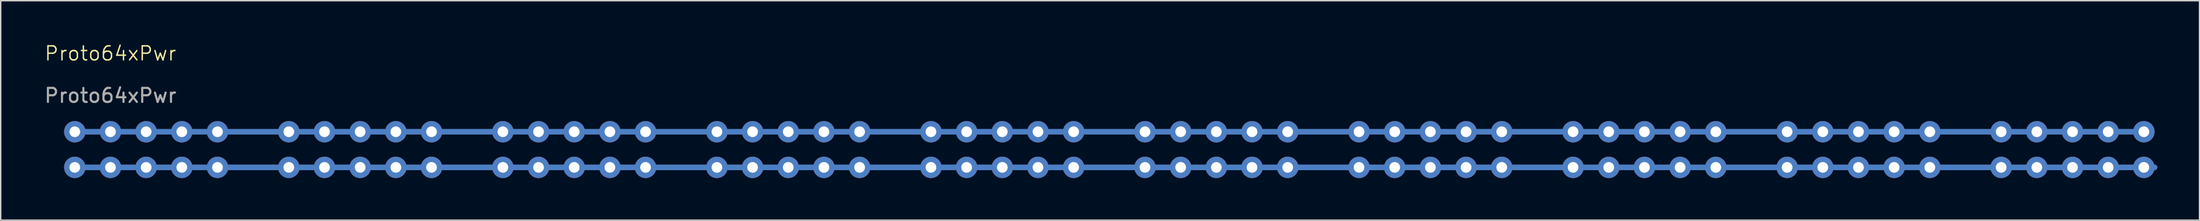
<source format=kicad_pcb>
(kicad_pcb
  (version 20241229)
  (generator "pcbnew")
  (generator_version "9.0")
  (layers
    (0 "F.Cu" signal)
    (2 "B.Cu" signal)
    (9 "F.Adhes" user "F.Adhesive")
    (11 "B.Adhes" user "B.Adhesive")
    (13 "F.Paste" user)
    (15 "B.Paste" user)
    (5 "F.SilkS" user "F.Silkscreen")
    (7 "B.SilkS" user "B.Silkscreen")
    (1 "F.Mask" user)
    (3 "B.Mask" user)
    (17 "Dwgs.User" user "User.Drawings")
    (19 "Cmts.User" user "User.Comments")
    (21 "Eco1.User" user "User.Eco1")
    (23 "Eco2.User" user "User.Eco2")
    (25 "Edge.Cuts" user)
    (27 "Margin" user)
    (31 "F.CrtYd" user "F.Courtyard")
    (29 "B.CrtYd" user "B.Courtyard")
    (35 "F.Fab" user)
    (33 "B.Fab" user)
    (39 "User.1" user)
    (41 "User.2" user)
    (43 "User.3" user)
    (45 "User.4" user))
  (footprint "Proto64xPwr"
    (layer "F.Cu")
    (at 4.815 1.26)
    (property "Reference" "Proto64xPwr" (at 0 -0.5 0) (unlocked yes) (layer "F.SilkS") (effects (font (size 1 1) (thickness 0.1))))
    (attr through_hole)
    (fp_line (start -2.54 5.08) (end 144.78 5.08) (stroke (width 0.4) (type default)) (layer "B.Cu"))
    (fp_line (start -2.54 7.62) (end 145.542 7.62) (stroke (width 0.4) (type default)) (layer "B.Cu"))
    (fp_text user "${REFERENCE}" (at 0 2.5 0) (unlocked yes) (layer "F.Fab") (effects (font (size 1 1) (thickness 0.15))))
    (pad "1A" thru_hole circle (at -2.54 5.08) (size 1.524 1.524) (drill 0.762) (layers "*.Cu" "*.Mask"))
    (pad "1B" thru_hole circle (at -2.54 7.62) (size 1.524 1.524) (drill 0.762) (layers "*.Cu" "*.Mask"))
    (pad "2A" thru_hole circle (at 0 5.08) (size 1.524 1.524) (drill 0.762) (layers "*.Cu" "*.Mask"))
    (pad "2B" thru_hole circle (at 0 7.62) (size 1.524 1.524) (drill 0.762) (layers "*.Cu" "*.Mask"))
    (pad "3A" thru_hole circle (at 2.54 5.08) (size 1.524 1.524) (drill 0.762) (layers "*.Cu" "*.Mask"))
    (pad "3B" thru_hole circle (at 2.54 7.62) (size 1.524 1.524) (drill 0.762) (layers "*.Cu" "*.Mask"))
    (pad "4A" thru_hole circle (at 5.08 5.08) (size 1.524 1.524) (drill 0.762) (layers "*.Cu" "*.Mask"))
    (pad "4B" thru_hole circle (at 5.08 7.62) (size 1.524 1.524) (drill 0.762) (layers "*.Cu" "*.Mask"))
    (pad "5A" thru_hole circle (at 7.62 5.08) (size 1.524 1.524) (drill 0.762) (layers "*.Cu" "*.Mask"))
    (pad "5B" thru_hole circle (at 7.62 7.62) (size 1.524 1.524) (drill 0.762) (layers "*.Cu" "*.Mask"))
    (pad "6A" thru_hole circle (at 12.7 5.08) (size 1.524 1.524) (drill 0.762) (layers "*.Cu" "*.Mask"))
    (pad "6B" thru_hole circle (at 12.7 7.62) (size 1.524 1.524) (drill 0.762) (layers "*.Cu" "*.Mask"))
    (pad "7A" thru_hole circle (at 15.24 5.08) (size 1.524 1.524) (drill 0.762) (layers "*.Cu" "*.Mask"))
    (pad "7B" thru_hole circle (at 15.24 7.62) (size 1.524 1.524) (drill 0.762) (layers "*.Cu" "*.Mask"))
    (pad "8A" thru_hole circle (at 17.78 5.08) (size 1.524 1.524) (drill 0.762) (layers "*.Cu" "*.Mask"))
    (pad "8B" thru_hole circle (at 17.78 7.62) (size 1.524 1.524) (drill 0.762) (layers "*.Cu" "*.Mask"))
    (pad "9A" thru_hole circle (at 20.32 5.08) (size 1.524 1.524) (drill 0.762) (layers "*.Cu" "*.Mask"))
    (pad "9B" thru_hole circle (at 20.32 7.62) (size 1.524 1.524) (drill 0.762) (layers "*.Cu" "*.Mask"))
    (pad "10A" thru_hole circle (at 22.86 5.08) (size 1.524 1.524) (drill 0.762) (layers "*.Cu" "*.Mask"))
    (pad "10B" thru_hole circle (at 22.86 7.62) (size 1.524 1.524) (drill 0.762) (layers "*.Cu" "*.Mask"))
    (pad "11A" thru_hole circle (at 27.94 5.08) (size 1.524 1.524) (drill 0.762) (layers "*.Cu" "*.Mask"))
    (pad "11B" thru_hole circle (at 27.94 7.62) (size 1.524 1.524) (drill 0.762) (layers "*.Cu" "*.Mask"))
    (pad "12A" thru_hole circle (at 30.48 5.08) (size 1.524 1.524) (drill 0.762) (layers "*.Cu" "*.Mask"))
    (pad "12B" thru_hole circle (at 30.48 7.62) (size 1.524 1.524) (drill 0.762) (layers "*.Cu" "*.Mask"))
    (pad "13A" thru_hole circle (at 33.02 5.08) (size 1.524 1.524) (drill 0.762) (layers "*.Cu" "*.Mask"))
    (pad "13B" thru_hole circle (at 33.02 7.62) (size 1.524 1.524) (drill 0.762) (layers "*.Cu" "*.Mask"))
    (pad "14A" thru_hole circle (at 35.56 5.08) (size 1.524 1.524) (drill 0.762) (layers "*.Cu" "*.Mask"))
    (pad "14B" thru_hole circle (at 35.56 7.62) (size 1.524 1.524) (drill 0.762) (layers "*.Cu" "*.Mask"))
    (pad "15A" thru_hole circle (at 38.1 5.08) (size 1.524 1.524) (drill 0.762) (layers "*.Cu" "*.Mask"))
    (pad "15B" thru_hole circle (at 38.1 7.62) (size 1.524 1.524) (drill 0.762) (layers "*.Cu" "*.Mask"))
    (pad "16A" thru_hole circle (at 43.18 5.08) (size 1.524 1.524) (drill 0.762) (layers "*.Cu" "*.Mask"))
    (pad "16B" thru_hole circle (at 43.18 7.62) (size 1.524 1.524) (drill 0.762) (layers "*.Cu" "*.Mask"))
    (pad "17A" thru_hole circle (at 45.72 5.08) (size 1.524 1.524) (drill 0.762) (layers "*.Cu" "*.Mask"))
    (pad "17B" thru_hole circle (at 45.72 7.62) (size 1.524 1.524) (drill 0.762) (layers "*.Cu" "*.Mask"))
    (pad "18A" thru_hole circle (at 48.26 5.08) (size 1.524 1.524) (drill 0.762) (layers "*.Cu" "*.Mask"))
    (pad "18B" thru_hole circle (at 48.26 7.62) (size 1.524 1.524) (drill 0.762) (layers "*.Cu" "*.Mask"))
    (pad "19A" thru_hole circle (at 50.8 5.08) (size 1.524 1.524) (drill 0.762) (layers "*.Cu" "*.Mask"))
    (pad "19B" thru_hole circle (at 50.8 7.62) (size 1.524 1.524) (drill 0.762) (layers "*.Cu" "*.Mask"))
    (pad "20A" thru_hole circle (at 53.34 5.08) (size 1.524 1.524) (drill 0.762) (layers "*.Cu" "*.Mask"))
    (pad "20B" thru_hole circle (at 53.34 7.62) (size 1.524 1.524) (drill 0.762) (layers "*.Cu" "*.Mask"))
    (pad "21A" thru_hole circle (at 58.42 5.08) (size 1.524 1.524) (drill 0.762) (layers "*.Cu" "*.Mask"))
    (pad "21B" thru_hole circle (at 58.42 7.62) (size 1.524 1.524) (drill 0.762) (layers "*.Cu" "*.Mask"))
    (pad "22A" thru_hole circle (at 60.96 5.08) (size 1.524 1.524) (drill 0.762) (layers "*.Cu" "*.Mask"))
    (pad "22B" thru_hole circle (at 60.96 7.62) (size 1.524 1.524) (drill 0.762) (layers "*.Cu" "*.Mask"))
    (pad "23A" thru_hole circle (at 63.5 5.08) (size 1.524 1.524) (drill 0.762) (layers "*.Cu" "*.Mask"))
    (pad "23B" thru_hole circle (at 63.5 7.62) (size 1.524 1.524) (drill 0.762) (layers "*.Cu" "*.Mask"))
    (pad "24A" thru_hole circle (at 66.04 5.08) (size 1.524 1.524) (drill 0.762) (layers "*.Cu" "*.Mask"))
    (pad "24B" thru_hole circle (at 66.04 7.62) (size 1.524 1.524) (drill 0.762) (layers "*.Cu" "*.Mask"))
    (pad "25A" thru_hole circle (at 68.58 5.08) (size 1.524 1.524) (drill 0.762) (layers "*.Cu" "*.Mask"))
    (pad "25B" thru_hole circle (at 68.58 7.62) (size 1.524 1.524) (drill 0.762) (layers "*.Cu" "*.Mask"))
    (pad "26A" thru_hole circle (at 73.66 5.08) (size 1.524 1.524) (drill 0.762) (layers "*.Cu" "*.Mask"))
    (pad "26B" thru_hole circle (at 73.66 7.62) (size 1.524 1.524) (drill 0.762) (layers "*.Cu" "*.Mask"))
    (pad "27A" thru_hole circle (at 76.2 5.08) (size 1.524 1.524) (drill 0.762) (layers "*.Cu" "*.Mask"))
    (pad "27B" thru_hole circle (at 76.2 7.62) (size 1.524 1.524) (drill 0.762) (layers "*.Cu" "*.Mask"))
    (pad "28A" thru_hole circle (at 78.74 5.08) (size 1.524 1.524) (drill 0.762) (layers "*.Cu" "*.Mask"))
    (pad "28B" thru_hole circle (at 78.74 7.62) (size 1.524 1.524) (drill 0.762) (layers "*.Cu" "*.Mask"))
    (pad "29A" thru_hole circle (at 81.28 5.08) (size 1.524 1.524) (drill 0.762) (layers "*.Cu" "*.Mask"))
    (pad "29B" thru_hole circle (at 81.28 7.62) (size 1.524 1.524) (drill 0.762) (layers "*.Cu" "*.Mask"))
    (pad "30A" thru_hole circle (at 83.82 5.08) (size 1.524 1.524) (drill 0.762) (layers "*.Cu" "*.Mask"))
    (pad "30B" thru_hole circle (at 83.82 7.62) (size 1.524 1.524) (drill 0.762) (layers "*.Cu" "*.Mask"))
    (pad "31A" thru_hole circle (at 88.9 5.08) (size 1.524 1.524) (drill 0.762) (layers "*.Cu" "*.Mask"))
    (pad "31B" thru_hole circle (at 88.9 7.62) (size 1.524 1.524) (drill 0.762) (layers "*.Cu" "*.Mask"))
    (pad "32A" thru_hole circle (at 91.44 5.08) (size 1.524 1.524) (drill 0.762) (layers "*.Cu" "*.Mask"))
    (pad "32B" thru_hole circle (at 91.44 7.62) (size 1.524 1.524) (drill 0.762) (layers "*.Cu" "*.Mask"))
    (pad "33A" thru_hole circle (at 93.98 5.08) (size 1.524 1.524) (drill 0.762) (layers "*.Cu" "*.Mask"))
    (pad "33B" thru_hole circle (at 93.98 7.62) (size 1.524 1.524) (drill 0.762) (layers "*.Cu" "*.Mask"))
    (pad "34A" thru_hole circle (at 96.52 5.08) (size 1.524 1.524) (drill 0.762) (layers "*.Cu" "*.Mask"))
    (pad "34B" thru_hole circle (at 96.52 7.62) (size 1.524 1.524) (drill 0.762) (layers "*.Cu" "*.Mask"))
    (pad "35A" thru_hole circle (at 99.06 5.08) (size 1.524 1.524) (drill 0.762) (layers "*.Cu" "*.Mask"))
    (pad "35B" thru_hole circle (at 99.06 7.62) (size 1.524 1.524) (drill 0.762) (layers "*.Cu" "*.Mask"))
    (pad "36A" thru_hole circle (at 104.14 5.08) (size 1.524 1.524) (drill 0.762) (layers "*.Cu" "*.Mask"))
    (pad "36B" thru_hole circle (at 104.14 7.62) (size 1.524 1.524) (drill 0.762) (layers "*.Cu" "*.Mask"))
    (pad "37A" thru_hole circle (at 106.68 5.08) (size 1.524 1.524) (drill 0.762) (layers "*.Cu" "*.Mask"))
    (pad "37B" thru_hole circle (at 106.68 7.62) (size 1.524 1.524) (drill 0.762) (layers "*.Cu" "*.Mask"))
    (pad "38A" thru_hole circle (at 109.22 5.08) (size 1.524 1.524) (drill 0.762) (layers "*.Cu" "*.Mask"))
    (pad "38B" thru_hole circle (at 109.22 7.62) (size 1.524 1.524) (drill 0.762) (layers "*.Cu" "*.Mask"))
    (pad "39A" thru_hole circle (at 111.76 5.08) (size 1.524 1.524) (drill 0.762) (layers "*.Cu" "*.Mask"))
    (pad "39B" thru_hole circle (at 111.76 7.62) (size 1.524 1.524) (drill 0.762) (layers "*.Cu" "*.Mask"))
    (pad "40A" thru_hole circle (at 114.3 5.08) (size 1.524 1.524) (drill 0.762) (layers "*.Cu" "*.Mask"))
    (pad "40B" thru_hole circle (at 114.3 7.62) (size 1.524 1.524) (drill 0.762) (layers "*.Cu" "*.Mask"))
    (pad "41A" thru_hole circle (at 119.38 5.08) (size 1.524 1.524) (drill 0.762) (layers "*.Cu" "*.Mask"))
    (pad "41B" thru_hole circle (at 119.38 7.62) (size 1.524 1.524) (drill 0.762) (layers "*.Cu" "*.Mask"))
    (pad "42A" thru_hole circle (at 121.92 5.08) (size 1.524 1.524) (drill 0.762) (layers "*.Cu" "*.Mask"))
    (pad "42B" thru_hole circle (at 121.92 7.62) (size 1.524 1.524) (drill 0.762) (layers "*.Cu" "*.Mask"))
    (pad "43A" thru_hole circle (at 124.46 5.08) (size 1.524 1.524) (drill 0.762) (layers "*.Cu" "*.Mask"))
    (pad "43B" thru_hole circle (at 124.46 7.62) (size 1.524 1.524) (drill 0.762) (layers "*.Cu" "*.Mask"))
    (pad "44A" thru_hole circle (at 127 5.08) (size 1.524 1.524) (drill 0.762) (layers "*.Cu" "*.Mask"))
    (pad "44B" thru_hole circle (at 127 7.62) (size 1.524 1.524) (drill 0.762) (layers "*.Cu" "*.Mask"))
    (pad "45A" thru_hole circle (at 129.54 5.08) (size 1.524 1.524) (drill 0.762) (layers "*.Cu" "*.Mask"))
    (pad "45B" thru_hole circle (at 129.54 7.62) (size 1.524 1.524) (drill 0.762) (layers "*.Cu" "*.Mask"))
    (pad "46A" thru_hole circle (at 134.62 5.08) (size 1.524 1.524) (drill 0.762) (layers "*.Cu" "*.Mask"))
    (pad "46B" thru_hole circle (at 134.62 7.62) (size 1.524 1.524) (drill 0.762) (layers "*.Cu" "*.Mask"))
    (pad "47A" thru_hole circle (at 137.16 5.08) (size 1.524 1.524) (drill 0.762) (layers "*.Cu" "*.Mask"))
    (pad "47B" thru_hole circle (at 137.16 7.62) (size 1.524 1.524) (drill 0.762) (layers "*.Cu" "*.Mask"))
    (pad "48A" thru_hole circle (at 139.7 5.08) (size 1.524 1.524) (drill 0.762) (layers "*.Cu" "*.Mask"))
    (pad "48B" thru_hole circle (at 139.7 7.62) (size 1.524 1.524) (drill 0.762) (layers "*.Cu" "*.Mask"))
    (pad "49A" thru_hole circle (at 142.24 5.08) (size 1.524 1.524) (drill 0.762) (layers "*.Cu" "*.Mask"))
    (pad "49B" thru_hole circle (at 142.24 7.62) (size 1.524 1.524) (drill 0.762) (layers "*.Cu" "*.Mask"))
    (pad "50A" thru_hole circle (at 144.78 5.08) (size 1.524 1.524) (drill 0.762) (layers "*.Cu" "*.Mask"))
    (pad "50B" thru_hole circle (at 144.78 7.62) (size 1.524 1.524) (drill 0.762) (layers "*.Cu" "*.Mask")))
  (gr_rect
    (start -3 -3)
    (end 153.557 12.643)
    (stroke (width 0.1) (type default))
    (fill no)
    (layer "Edge.Cuts")))
</source>
